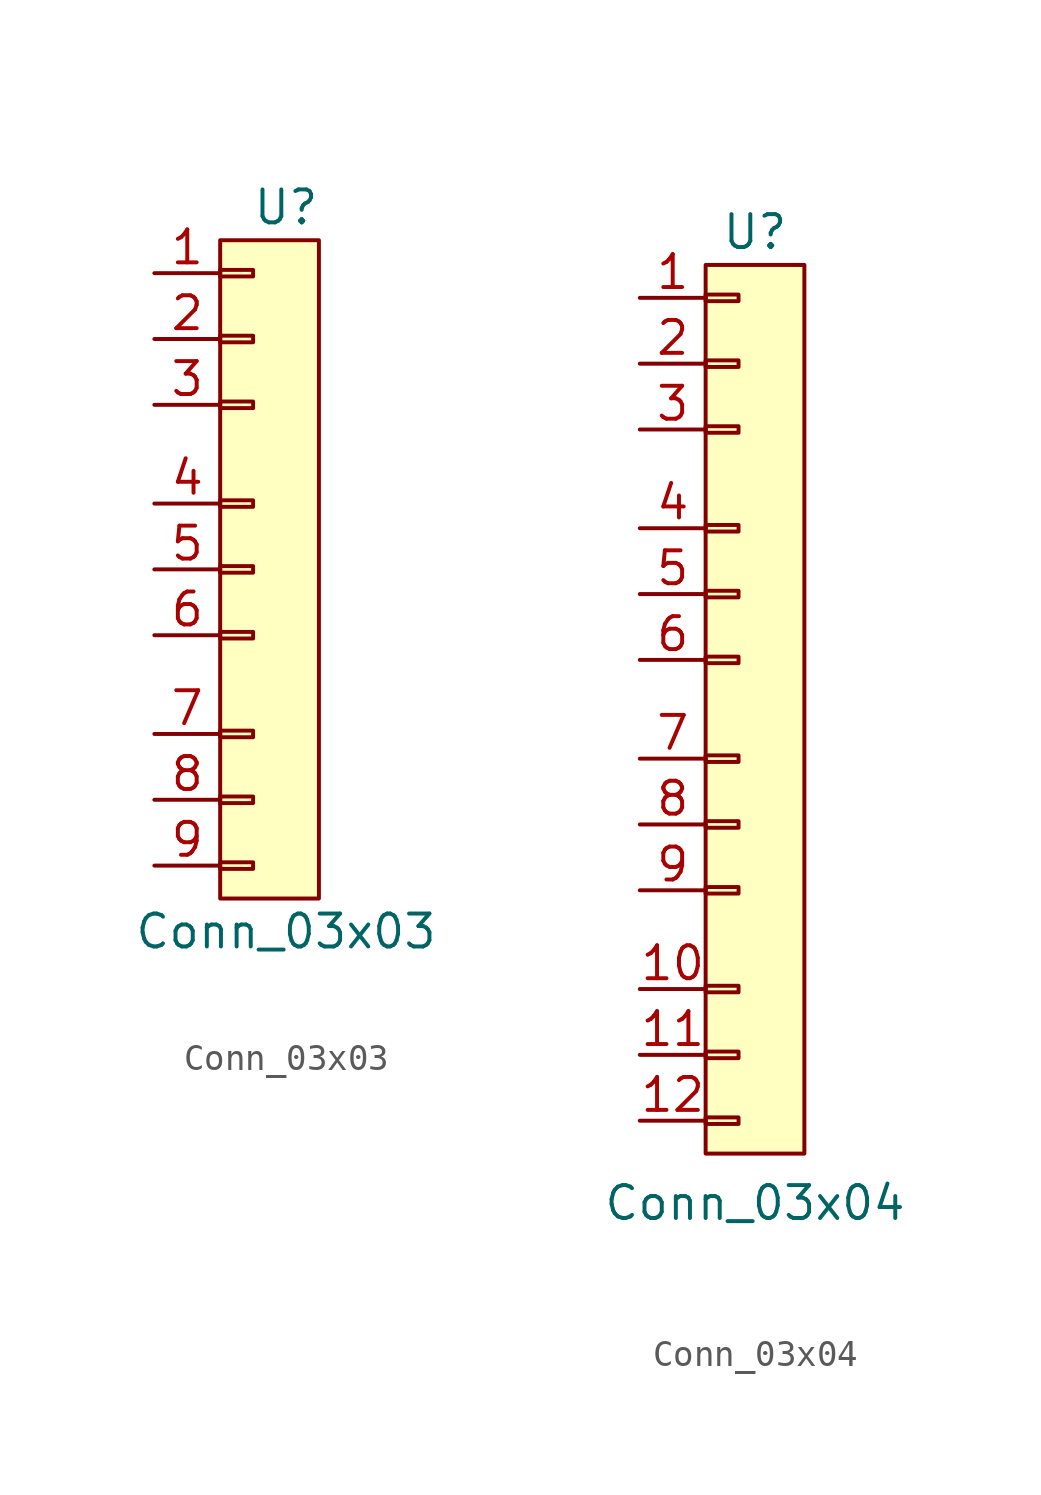
<source format=kicad_sym>
(kicad_symbol_lib
  (version 20211014)
  (generator kicad_symbol_editor)
  (symbol "Conn_03x03"
    (property "Reference" "U"
      (at 5.08 2.54 0)
      (effects (font (size 1.27 1.27))))
    (property "Value" "Conn_03x03"
      (at 5.08 -25.4 0)
      (effects (font (size 1.27 1.27))))
    (symbol "Conn_03x03_0_1"
      (rectangle (start 2.54 1.27) (end 6.35 -24.13) (stroke (width 0) (type default) (color 0 0 0 0)) (fill (type background))))
    (symbol "Conn_03x03_1_1"
      (rectangle (start 2.54 -22.733) (end 3.81 -22.987) (stroke (width 0.152) (type default) (color 0 0 0 0)) (fill (type none)))
      (rectangle (start 2.54 -20.193) (end 3.81 -20.447) (stroke (width 0.152) (type default) (color 0 0 0 0)) (fill (type none)))
      (rectangle (start 2.54 -17.653) (end 3.81 -17.907) (stroke (width 0.152) (type default) (color 0 0 0 0)) (fill (type none)))
      (rectangle (start 2.54 -13.843) (end 3.81 -14.097) (stroke (width 0.152) (type default) (color 0 0 0 0)) (fill (type none)))
      (rectangle (start 2.54 -11.303) (end 3.81 -11.557) (stroke (width 0.152) (type default) (color 0 0 0 0)) (fill (type none)))
      (rectangle (start 2.54 -8.763) (end 3.81 -9.017) (stroke (width 0.152) (type default) (color 0 0 0 0)) (fill (type none)))
      (rectangle (start 2.54 -4.953) (end 3.81 -5.207) (stroke (width 0.152) (type default) (color 0 0 0 0)) (fill (type none)))
      (rectangle (start 2.54 -2.413) (end 3.81 -2.667) (stroke (width 0.152) (type default) (color 0 0 0 0)) (fill (type none)))
      (rectangle (start 2.54 0.127) (end 3.81 -0.127) (stroke (width 0.152) (type default) (color 0 0 0 0)) (fill (type none)))
      (pin passive line (at 0 0 0) (length 2.54) (name "" (effects (font (size 1.27 1.27)))) (number "1" (effects (font (size 1.27 1.27)))))
      (pin passive line (at 0 -2.54 0) (length 2.54) (name "" (effects (font (size 1.27 1.27)))) (number "2" (effects (font (size 1.27 1.27)))))
      (pin passive line (at 0 -5.08 0) (length 2.54) (name "" (effects (font (size 1.27 1.27)))) (number "3" (effects (font (size 1.27 1.27)))))
      (pin passive line (at 0 -8.89 0) (length 2.54) (name "" (effects (font (size 1.27 1.27)))) (number "4" (effects (font (size 1.27 1.27)))))
      (pin passive line (at 0 -11.43 0) (length 2.54) (name "" (effects (font (size 1.27 1.27)))) (number "5" (effects (font (size 1.27 1.27)))))
      (pin passive line (at 0 -13.97 0) (length 2.54) (name "" (effects (font (size 1.27 1.27)))) (number "6" (effects (font (size 1.27 1.27)))))
      (pin passive line (at 0 -17.78 0) (length 2.54) (name "" (effects (font (size 1.27 1.27)))) (number "7" (effects (font (size 1.27 1.27)))))
      (pin passive line (at 0 -20.32 0) (length 2.54) (name "" (effects (font (size 1.27 1.27)))) (number "8" (effects (font (size 1.27 1.27)))))
      (pin passive line (at 0 -22.86 0) (length 2.54) (name "" (effects (font (size 1.27 1.27)))) (number "9" (effects (font (size 1.27 1.27)))))))
  (symbol "Conn_03x04"
    (property "Reference" "U"
      (at 4.445 2.54 0)
      (effects (font (size 1.27 1.27))))
    (property "Value" "Conn_03x04"
      (at 4.445 -34.925 0)
      (effects (font (size 1.27 1.27))))
    (symbol "Conn_03x04_0_1"
      (rectangle (start 2.54 1.27) (end 6.35 -33.02) (stroke (width 0) (type default) (color 0 0 0 0)) (fill (type background))))
    (symbol "Conn_03x04_1_1"
      (rectangle (start 2.54 -31.623) (end 3.81 -31.877) (stroke (width 0.152) (type default) (color 0 0 0 0)) (fill (type none)))
      (rectangle (start 2.54 -29.083) (end 3.81 -29.337) (stroke (width 0.152) (type default) (color 0 0 0 0)) (fill (type none)))
      (rectangle (start 2.54 -26.543) (end 3.81 -26.797) (stroke (width 0.152) (type default) (color 0 0 0 0)) (fill (type none)))
      (rectangle (start 2.54 -22.733) (end 3.81 -22.987) (stroke (width 0.152) (type default) (color 0 0 0 0)) (fill (type none)))
      (rectangle (start 2.54 -20.193) (end 3.81 -20.447) (stroke (width 0.152) (type default) (color 0 0 0 0)) (fill (type none)))
      (rectangle (start 2.54 -17.653) (end 3.81 -17.907) (stroke (width 0.152) (type default) (color 0 0 0 0)) (fill (type none)))
      (rectangle (start 2.54 -13.843) (end 3.81 -14.097) (stroke (width 0.152) (type default) (color 0 0 0 0)) (fill (type none)))
      (rectangle (start 2.54 -11.303) (end 3.81 -11.557) (stroke (width 0.152) (type default) (color 0 0 0 0)) (fill (type none)))
      (rectangle (start 2.54 -8.763) (end 3.81 -9.017) (stroke (width 0.152) (type default) (color 0 0 0 0)) (fill (type none)))
      (rectangle (start 2.54 -4.953) (end 3.81 -5.207) (stroke (width 0.152) (type default) (color 0 0 0 0)) (fill (type none)))
      (rectangle (start 2.54 -2.413) (end 3.81 -2.667) (stroke (width 0.152) (type default) (color 0 0 0 0)) (fill (type none)))
      (rectangle (start 2.54 0.127) (end 3.81 -0.127) (stroke (width 0.152) (type default) (color 0 0 0 0)) (fill (type none)))
      (pin passive line (at 0 0 0) (length 2.54) (name "" (effects (font (size 1.27 1.27)))) (number "1" (effects (font (size 1.27 1.27)))))
      (pin passive line (at 0 -26.67 0) (length 2.54) (name "" (effects (font (size 1.27 1.27)))) (number "10" (effects (font (size 1.27 1.27)))))
      (pin passive line (at 0 -29.21 0) (length 2.54) (name "" (effects (font (size 1.27 1.27)))) (number "11" (effects (font (size 1.27 1.27)))))
      (pin passive line (at 0 -31.75 0) (length 2.54) (name "" (effects (font (size 1.27 1.27)))) (number "12" (effects (font (size 1.27 1.27)))))
      (pin passive line (at 0 -2.54 0) (length 2.54) (name "" (effects (font (size 1.27 1.27)))) (number "2" (effects (font (size 1.27 1.27)))))
      (pin passive line (at 0 -5.08 0) (length 2.54) (name "" (effects (font (size 1.27 1.27)))) (number "3" (effects (font (size 1.27 1.27)))))
      (pin passive line (at 0 -8.89 0) (length 2.54) (name "" (effects (font (size 1.27 1.27)))) (number "4" (effects (font (size 1.27 1.27)))))
      (pin passive line (at 0 -11.43 0) (length 2.54) (name "" (effects (font (size 1.27 1.27)))) (number "5" (effects (font (size 1.27 1.27)))))
      (pin passive line (at 0 -13.97 0) (length 2.54) (name "" (effects (font (size 1.27 1.27)))) (number "6" (effects (font (size 1.27 1.27)))))
      (pin passive line (at 0 -17.78 0) (length 2.54) (name "" (effects (font (size 1.27 1.27)))) (number "7" (effects (font (size 1.27 1.27)))))
      (pin passive line (at 0 -20.32 0) (length 2.54) (name "" (effects (font (size 1.27 1.27)))) (number "8" (effects (font (size 1.27 1.27)))))
      (pin passive line (at 0 -22.86 0) (length 2.54) (name "" (effects (font (size 1.27 1.27)))) (number "9" (effects (font (size 1.27 1.27))))))))
</source>
